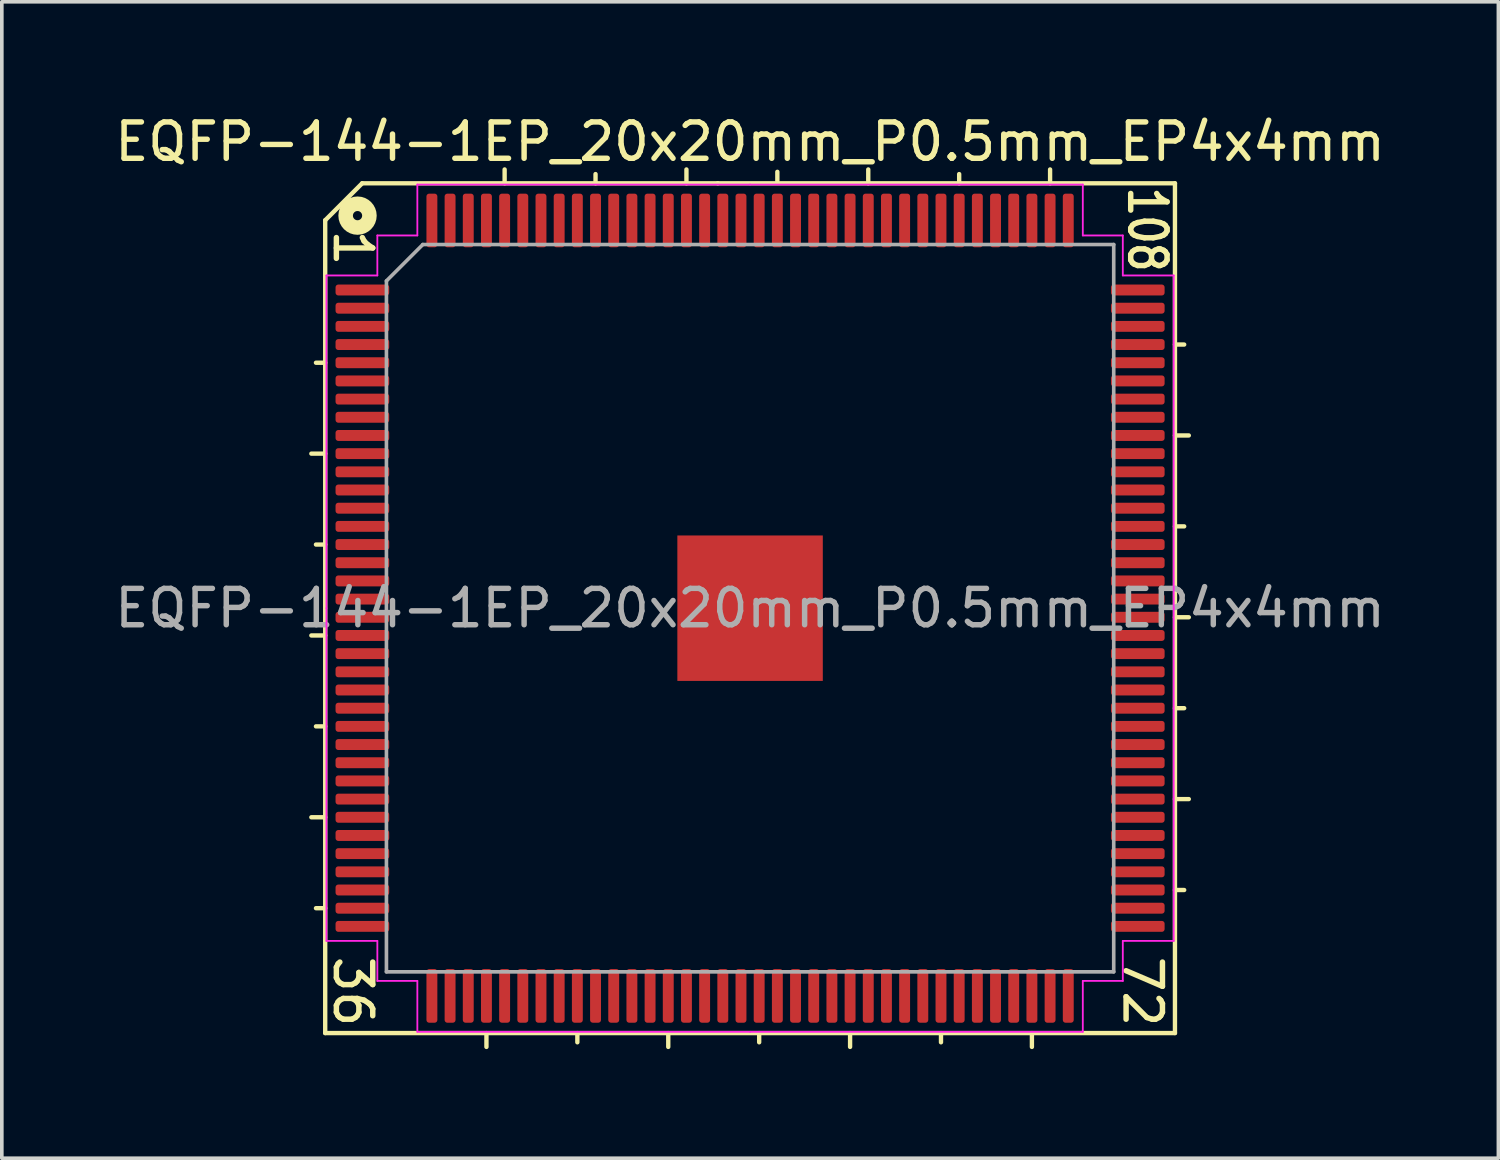
<source format=kicad_pcb>
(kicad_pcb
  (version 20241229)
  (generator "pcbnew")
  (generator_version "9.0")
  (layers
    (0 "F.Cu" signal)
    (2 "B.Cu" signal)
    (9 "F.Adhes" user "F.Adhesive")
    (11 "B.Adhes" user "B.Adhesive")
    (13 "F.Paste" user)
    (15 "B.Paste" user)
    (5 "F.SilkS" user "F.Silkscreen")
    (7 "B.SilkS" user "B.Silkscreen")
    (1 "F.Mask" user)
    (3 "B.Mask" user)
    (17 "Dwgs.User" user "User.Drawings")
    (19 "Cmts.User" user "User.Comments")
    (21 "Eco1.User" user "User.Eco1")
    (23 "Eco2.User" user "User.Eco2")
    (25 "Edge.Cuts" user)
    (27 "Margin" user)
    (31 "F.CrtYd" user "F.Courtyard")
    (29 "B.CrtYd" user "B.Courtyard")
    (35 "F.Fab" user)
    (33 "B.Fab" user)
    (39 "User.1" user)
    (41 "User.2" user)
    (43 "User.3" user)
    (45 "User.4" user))
  (footprint "EQFP-144-1EP_20x20mm_P0.5mm_EP4x4mm"
    (layer "F.Cu")
    (at 17.577 13.675)
    (property "Reference" "EQFP-144-1EP_20x20mm_P0.5mm_EP4x4mm" (at 0 -12.827 0) (layer "F.SilkS") (effects (font (size 1 1) (thickness 0.15))))
    (attr smd)
    (fp_line (start -11.684 -10.668) (end -11.684 11.684) (stroke (width 0.12) (type solid)) (layer "F.SilkS"))
    (fp_line (start -11.684 -6.75) (end -11.938 -6.75) (stroke (width 0.12) (type solid)) (layer "F.SilkS"))
    (fp_line (start -11.684 -4.25) (end -12.065 -4.25) (stroke (width 0.12) (type solid)) (layer "F.SilkS"))
    (fp_line (start -11.684 -1.75) (end -11.938 -1.75) (stroke (width 0.12) (type solid)) (layer "F.SilkS"))
    (fp_line (start -11.684 0.75) (end -12.065 0.75) (stroke (width 0.12) (type solid)) (layer "F.SilkS"))
    (fp_line (start -11.684 3.25) (end -11.938 3.25) (stroke (width 0.12) (type solid)) (layer "F.SilkS"))
    (fp_line (start -11.684 5.75) (end -12.065 5.75) (stroke (width 0.12) (type solid)) (layer "F.SilkS"))
    (fp_line (start -11.684 8.25) (end -11.938 8.25) (stroke (width 0.12) (type solid)) (layer "F.SilkS"))
    (fp_line (start -11.684 11.684) (end 11.684 11.684) (stroke (width 0.12) (type solid)) (layer "F.SilkS"))
    (fp_line (start -10.668 -11.684) (end -11.684 -10.668) (stroke (width 0.12) (type solid)) (layer "F.SilkS"))
    (fp_line (start -7.25 11.684) (end -7.25 12.065) (stroke (width 0.12) (type solid)) (layer "F.SilkS"))
    (fp_line (start -6.75 -11.684) (end -6.75 -12.065) (stroke (width 0.12) (type solid)) (layer "F.SilkS"))
    (fp_line (start -4.75 11.684) (end -4.75 11.938) (stroke (width 0.12) (type solid)) (layer "F.SilkS"))
    (fp_line (start -4.25 -11.684) (end -4.25 -11.938) (stroke (width 0.12) (type solid)) (layer "F.SilkS"))
    (fp_line (start -2.25 11.684) (end -2.25 12.065) (stroke (width 0.12) (type solid)) (layer "F.SilkS"))
    (fp_line (start -1.75 -11.684) (end -1.75 -12.065) (stroke (width 0.12) (type solid)) (layer "F.SilkS"))
    (fp_line (start -0.889 -11.684) (end -10.668 -11.684) (stroke (width 0.12) (type solid)) (layer "F.SilkS"))
    (fp_line (start 0.25 11.684) (end 0.25 11.938) (stroke (width 0.12) (type solid)) (layer "F.SilkS"))
    (fp_line (start 0.75 -11.75) (end 0.75 -12) (stroke (width 0.12) (type solid)) (layer "F.SilkS"))
    (fp_line (start 2.75 11.684) (end 2.75 12.065) (stroke (width 0.12) (type solid)) (layer "F.SilkS"))
    (fp_line (start 3.25 -11.684) (end 3.25 -12.065) (stroke (width 0.12) (type solid)) (layer "F.SilkS"))
    (fp_line (start 5.25 11.684) (end 5.25 11.938) (stroke (width 0.12) (type solid)) (layer "F.SilkS"))
    (fp_line (start 5.75 -11.684) (end 5.75 -11.938) (stroke (width 0.12) (type solid)) (layer "F.SilkS"))
    (fp_line (start 7.75 11.684) (end 7.75 12.065) (stroke (width 0.12) (type solid)) (layer "F.SilkS"))
    (fp_line (start 8.25 -11.684) (end 8.25 -12.065) (stroke (width 0.12) (type solid)) (layer "F.SilkS"))
    (fp_line (start 11.684 -11.684) (end -0.889 -11.684) (stroke (width 0.12) (type solid)) (layer "F.SilkS"))
    (fp_line (start 11.684 -7.25) (end 11.938 -7.25) (stroke (width 0.12) (type solid)) (layer "F.SilkS"))
    (fp_line (start 11.684 -4.75) (end 12.065 -4.75) (stroke (width 0.12) (type solid)) (layer "F.SilkS"))
    (fp_line (start 11.684 -2.25) (end 11.938 -2.25) (stroke (width 0.12) (type solid)) (layer "F.SilkS"))
    (fp_line (start 11.684 0.25) (end 12.065 0.25) (stroke (width 0.12) (type solid)) (layer "F.SilkS"))
    (fp_line (start 11.684 2.75) (end 11.938 2.75) (stroke (width 0.12) (type solid)) (layer "F.SilkS"))
    (fp_line (start 11.684 5.25) (end 12.065 5.25) (stroke (width 0.12) (type solid)) (layer "F.SilkS"))
    (fp_line (start 11.684 7.75) (end 11.938 7.75) (stroke (width 0.12) (type solid)) (layer "F.SilkS"))
    (fp_line (start 11.684 11.684) (end 11.684 -11.684) (stroke (width 0.12) (type solid)) (layer "F.SilkS"))
    (fp_circle (center -10.795 -10.795) (end -10.668 -10.795) (stroke (width 0.4) (type solid)) (fill no) (layer "F.SilkS"))
    (fp_line (start -11.65 -9.15) (end -11.65 0) (stroke (width 0.05) (type solid)) (layer "F.CrtYd"))
    (fp_line (start -11.65 9.15) (end -11.65 0) (stroke (width 0.05) (type solid)) (layer "F.CrtYd"))
    (fp_line (start -10.25 -10.25) (end -10.25 -9.15) (stroke (width 0.05) (type solid)) (layer "F.CrtYd"))
    (fp_line (start -10.25 -9.15) (end -11.65 -9.15) (stroke (width 0.05) (type solid)) (layer "F.CrtYd"))
    (fp_line (start -10.25 9.15) (end -11.65 9.15) (stroke (width 0.05) (type solid)) (layer "F.CrtYd"))
    (fp_line (start -10.25 10.25) (end -10.25 9.15) (stroke (width 0.05) (type solid)) (layer "F.CrtYd"))
    (fp_line (start -9.15 -11.65) (end -9.15 -10.25) (stroke (width 0.05) (type solid)) (layer "F.CrtYd"))
    (fp_line (start -9.15 -10.25) (end -10.25 -10.25) (stroke (width 0.05) (type solid)) (layer "F.CrtYd"))
    (fp_line (start -9.15 10.25) (end -10.25 10.25) (stroke (width 0.05) (type solid)) (layer "F.CrtYd"))
    (fp_line (start -9.15 11.65) (end -9.15 10.25) (stroke (width 0.05) (type solid)) (layer "F.CrtYd"))
    (fp_line (start 0 -11.65) (end -9.15 -11.65) (stroke (width 0.05) (type solid)) (layer "F.CrtYd"))
    (fp_line (start 0 -11.65) (end 9.15 -11.65) (stroke (width 0.05) (type solid)) (layer "F.CrtYd"))
    (fp_line (start 0 11.65) (end -9.15 11.65) (stroke (width 0.05) (type solid)) (layer "F.CrtYd"))
    (fp_line (start 0 11.65) (end 9.15 11.65) (stroke (width 0.05) (type solid)) (layer "F.CrtYd"))
    (fp_line (start 9.15 -11.65) (end 9.15 -10.25) (stroke (width 0.05) (type solid)) (layer "F.CrtYd"))
    (fp_line (start 9.15 -10.25) (end 10.25 -10.25) (stroke (width 0.05) (type solid)) (layer "F.CrtYd"))
    (fp_line (start 9.15 10.25) (end 10.25 10.25) (stroke (width 0.05) (type solid)) (layer "F.CrtYd"))
    (fp_line (start 9.15 11.65) (end 9.15 10.25) (stroke (width 0.05) (type solid)) (layer "F.CrtYd"))
    (fp_line (start 10.25 -10.25) (end 10.25 -9.15) (stroke (width 0.05) (type solid)) (layer "F.CrtYd"))
    (fp_line (start 10.25 -9.15) (end 11.65 -9.15) (stroke (width 0.05) (type solid)) (layer "F.CrtYd"))
    (fp_line (start 10.25 9.15) (end 11.65 9.15) (stroke (width 0.05) (type solid)) (layer "F.CrtYd"))
    (fp_line (start 10.25 10.25) (end 10.25 9.15) (stroke (width 0.05) (type solid)) (layer "F.CrtYd"))
    (fp_line (start 11.65 -9.15) (end 11.65 0) (stroke (width 0.05) (type solid)) (layer "F.CrtYd"))
    (fp_line (start 11.65 9.15) (end 11.65 0) (stroke (width 0.05) (type solid)) (layer "F.CrtYd"))
    (fp_line (start -10 -9) (end -9 -10) (stroke (width 0.1) (type solid)) (layer "F.Fab"))
    (fp_line (start -10 10) (end -10 -9) (stroke (width 0.1) (type solid)) (layer "F.Fab"))
    (fp_line (start -9 -10) (end 10 -10) (stroke (width 0.1) (type solid)) (layer "F.Fab"))
    (fp_line (start 10 -10) (end 10 10) (stroke (width 0.1) (type solid)) (layer "F.Fab"))
    (fp_line (start 10 10) (end -10 10) (stroke (width 0.1) (type solid)) (layer "F.Fab"))
    (fp_text user "1" (at -10.922 -9.906 270) (unlocked yes) (layer "F.SilkS") (effects (font (size 1 1) (thickness 0.15))))
    (fp_text user "108" (at 10.922 -10.414 270) (unlocked yes) (layer "F.SilkS") (effects (font (size 1 0.8) (thickness 0.15))))
    (fp_text user "36" (at -10.922 10.541 270) (unlocked yes) (layer "F.SilkS") (effects (font (size 1 1) (thickness 0.15))))
    (fp_text user "72" (at 10.795 10.541 270) (unlocked yes) (layer "F.SilkS") (effects (font (size 1 1) (thickness 0.15))))
    (fp_text user "${REFERENCE}" (at 0 0 0) (layer "F.Fab") (effects (font (size 1 1) (thickness 0.15))))
    (pad "" smd roundrect (at -1.33 -1.33) (size 1.07 1.07) (layers "F.Paste") (roundrect_rratio 0.234))
    (pad "" smd roundrect (at -1.33 0) (size 1.07 1.07) (layers "F.Paste") (roundrect_rratio 0.234))
    (pad "" smd roundrect (at -1.33 1.33) (size 1.07 1.07) (layers "F.Paste") (roundrect_rratio 0.234))
    (pad "" smd roundrect (at 0 -1.33) (size 1.07 1.07) (layers "F.Paste") (roundrect_rratio 0.234))
    (pad "" smd roundrect (at 0 0) (size 1.07 1.07) (layers "F.Paste") (roundrect_rratio 0.234))
    (pad "" smd roundrect (at 0 1.33) (size 1.07 1.07) (layers "F.Paste") (roundrect_rratio 0.234))
    (pad "" smd roundrect (at 1.33 -1.33) (size 1.07 1.07) (layers "F.Paste") (roundrect_rratio 0.234))
    (pad "" smd roundrect (at 1.33 0) (size 1.07 1.07) (layers "F.Paste") (roundrect_rratio 0.234))
    (pad "" smd roundrect (at 1.33 1.33) (size 1.07 1.07) (layers "F.Paste") (roundrect_rratio 0.234))
    (pad "1" smd roundrect (at -10.662 -8.75) (size 1.475 0.3) (layers "F.Cu" "F.Mask" "F.Paste") (roundrect_rratio 0.25))
    (pad "2" smd roundrect (at -10.662 -8.25) (size 1.475 0.3) (layers "F.Cu" "F.Mask" "F.Paste") (roundrect_rratio 0.25))
    (pad "3" smd roundrect (at -10.662 -7.75) (size 1.475 0.3) (layers "F.Cu" "F.Mask" "F.Paste") (roundrect_rratio 0.25))
    (pad "4" smd roundrect (at -10.662 -7.25) (size 1.475 0.3) (layers "F.Cu" "F.Mask" "F.Paste") (roundrect_rratio 0.25))
    (pad "5" smd roundrect (at -10.662 -6.75) (size 1.475 0.3) (layers "F.Cu" "F.Mask" "F.Paste") (roundrect_rratio 0.25))
    (pad "6" smd roundrect (at -10.662 -6.25) (size 1.475 0.3) (layers "F.Cu" "F.Mask" "F.Paste") (roundrect_rratio 0.25))
    (pad "7" smd roundrect (at -10.662 -5.75) (size 1.475 0.3) (layers "F.Cu" "F.Mask" "F.Paste") (roundrect_rratio 0.25))
    (pad "8" smd roundrect (at -10.662 -5.25) (size 1.475 0.3) (layers "F.Cu" "F.Mask" "F.Paste") (roundrect_rratio 0.25))
    (pad "9" smd roundrect (at -10.662 -4.75) (size 1.475 0.3) (layers "F.Cu" "F.Mask" "F.Paste") (roundrect_rratio 0.25))
    (pad "10" smd roundrect (at -10.662 -4.25) (size 1.475 0.3) (layers "F.Cu" "F.Mask" "F.Paste") (roundrect_rratio 0.25))
    (pad "11" smd roundrect (at -10.662 -3.75) (size 1.475 0.3) (layers "F.Cu" "F.Mask" "F.Paste") (roundrect_rratio 0.25))
    (pad "12" smd roundrect (at -10.662 -3.25) (size 1.475 0.3) (layers "F.Cu" "F.Mask" "F.Paste") (roundrect_rratio 0.25))
    (pad "13" smd roundrect (at -10.662 -2.75) (size 1.475 0.3) (layers "F.Cu" "F.Mask" "F.Paste") (roundrect_rratio 0.25))
    (pad "14" smd roundrect (at -10.662 -2.25) (size 1.475 0.3) (layers "F.Cu" "F.Mask" "F.Paste") (roundrect_rratio 0.25))
    (pad "15" smd roundrect (at -10.662 -1.75) (size 1.475 0.3) (layers "F.Cu" "F.Mask" "F.Paste") (roundrect_rratio 0.25))
    (pad "16" smd roundrect (at -10.662 -1.25) (size 1.475 0.3) (layers "F.Cu" "F.Mask" "F.Paste") (roundrect_rratio 0.25))
    (pad "17" smd roundrect (at -10.662 -0.75) (size 1.475 0.3) (layers "F.Cu" "F.Mask" "F.Paste") (roundrect_rratio 0.25))
    (pad "18" smd roundrect (at -10.662 -0.25) (size 1.475 0.3) (layers "F.Cu" "F.Mask" "F.Paste") (roundrect_rratio 0.25))
    (pad "19" smd roundrect (at -10.662 0.25) (size 1.475 0.3) (layers "F.Cu" "F.Mask" "F.Paste") (roundrect_rratio 0.25))
    (pad "20" smd roundrect (at -10.662 0.75) (size 1.475 0.3) (layers "F.Cu" "F.Mask" "F.Paste") (roundrect_rratio 0.25))
    (pad "21" smd roundrect (at -10.662 1.25) (size 1.475 0.3) (layers "F.Cu" "F.Mask" "F.Paste") (roundrect_rratio 0.25))
    (pad "22" smd roundrect (at -10.662 1.75) (size 1.475 0.3) (layers "F.Cu" "F.Mask" "F.Paste") (roundrect_rratio 0.25))
    (pad "23" smd roundrect (at -10.662 2.25) (size 1.475 0.3) (layers "F.Cu" "F.Mask" "F.Paste") (roundrect_rratio 0.25))
    (pad "24" smd roundrect (at -10.662 2.75) (size 1.475 0.3) (layers "F.Cu" "F.Mask" "F.Paste") (roundrect_rratio 0.25))
    (pad "25" smd roundrect (at -10.662 3.25) (size 1.475 0.3) (layers "F.Cu" "F.Mask" "F.Paste") (roundrect_rratio 0.25))
    (pad "26" smd roundrect (at -10.662 3.75) (size 1.475 0.3) (layers "F.Cu" "F.Mask" "F.Paste") (roundrect_rratio 0.25))
    (pad "27" smd roundrect (at -10.662 4.25) (size 1.475 0.3) (layers "F.Cu" "F.Mask" "F.Paste") (roundrect_rratio 0.25))
    (pad "28" smd roundrect (at -10.662 4.75) (size 1.475 0.3) (layers "F.Cu" "F.Mask" "F.Paste") (roundrect_rratio 0.25))
    (pad "29" smd roundrect (at -10.662 5.25) (size 1.475 0.3) (layers "F.Cu" "F.Mask" "F.Paste") (roundrect_rratio 0.25))
    (pad "30" smd roundrect (at -10.662 5.75) (size 1.475 0.3) (layers "F.Cu" "F.Mask" "F.Paste") (roundrect_rratio 0.25))
    (pad "31" smd roundrect (at -10.662 6.25) (size 1.475 0.3) (layers "F.Cu" "F.Mask" "F.Paste") (roundrect_rratio 0.25))
    (pad "32" smd roundrect (at -10.662 6.75) (size 1.475 0.3) (layers "F.Cu" "F.Mask" "F.Paste") (roundrect_rratio 0.25))
    (pad "33" smd roundrect (at -10.662 7.25) (size 1.475 0.3) (layers "F.Cu" "F.Mask" "F.Paste") (roundrect_rratio 0.25))
    (pad "34" smd roundrect (at -10.662 7.75) (size 1.475 0.3) (layers "F.Cu" "F.Mask" "F.Paste") (roundrect_rratio 0.25))
    (pad "35" smd roundrect (at -10.662 8.25) (size 1.475 0.3) (layers "F.Cu" "F.Mask" "F.Paste") (roundrect_rratio 0.25))
    (pad "36" smd roundrect (at -10.662 8.75) (size 1.475 0.3) (layers "F.Cu" "F.Mask" "F.Paste") (roundrect_rratio 0.25))
    (pad "37" smd roundrect (at -8.75 10.662) (size 0.3 1.475) (layers "F.Cu" "F.Mask" "F.Paste") (roundrect_rratio 0.25))
    (pad "38" smd roundrect (at -8.25 10.662) (size 0.3 1.475) (layers "F.Cu" "F.Mask" "F.Paste") (roundrect_rratio 0.25))
    (pad "39" smd roundrect (at -7.75 10.662) (size 0.3 1.475) (layers "F.Cu" "F.Mask" "F.Paste") (roundrect_rratio 0.25))
    (pad "40" smd roundrect (at -7.25 10.662) (size 0.3 1.475) (layers "F.Cu" "F.Mask" "F.Paste") (roundrect_rratio 0.25))
    (pad "41" smd roundrect (at -6.75 10.662) (size 0.3 1.475) (layers "F.Cu" "F.Mask" "F.Paste") (roundrect_rratio 0.25))
    (pad "42" smd roundrect (at -6.25 10.662) (size 0.3 1.475) (layers "F.Cu" "F.Mask" "F.Paste") (roundrect_rratio 0.25))
    (pad "43" smd roundrect (at -5.75 10.662) (size 0.3 1.475) (layers "F.Cu" "F.Mask" "F.Paste") (roundrect_rratio 0.25))
    (pad "44" smd roundrect (at -5.25 10.662) (size 0.3 1.475) (layers "F.Cu" "F.Mask" "F.Paste") (roundrect_rratio 0.25))
    (pad "45" smd roundrect (at -4.75 10.662) (size 0.3 1.475) (layers "F.Cu" "F.Mask" "F.Paste") (roundrect_rratio 0.25))
    (pad "46" smd roundrect (at -4.25 10.662) (size 0.3 1.475) (layers "F.Cu" "F.Mask" "F.Paste") (roundrect_rratio 0.25))
    (pad "47" smd roundrect (at -3.75 10.662) (size 0.3 1.475) (layers "F.Cu" "F.Mask" "F.Paste") (roundrect_rratio 0.25))
    (pad "48" smd roundrect (at -3.25 10.662) (size 0.3 1.475) (layers "F.Cu" "F.Mask" "F.Paste") (roundrect_rratio 0.25))
    (pad "49" smd roundrect (at -2.75 10.662) (size 0.3 1.475) (layers "F.Cu" "F.Mask" "F.Paste") (roundrect_rratio 0.25))
    (pad "50" smd roundrect (at -2.25 10.662) (size 0.3 1.475) (layers "F.Cu" "F.Mask" "F.Paste") (roundrect_rratio 0.25))
    (pad "51" smd roundrect (at -1.75 10.662) (size 0.3 1.475) (layers "F.Cu" "F.Mask" "F.Paste") (roundrect_rratio 0.25))
    (pad "52" smd roundrect (at -1.25 10.662) (size 0.3 1.475) (layers "F.Cu" "F.Mask" "F.Paste") (roundrect_rratio 0.25))
    (pad "53" smd roundrect (at -0.75 10.662) (size 0.3 1.475) (layers "F.Cu" "F.Mask" "F.Paste") (roundrect_rratio 0.25))
    (pad "54" smd roundrect (at -0.25 10.662) (size 0.3 1.475) (layers "F.Cu" "F.Mask" "F.Paste") (roundrect_rratio 0.25))
    (pad "55" smd roundrect (at 0.25 10.662) (size 0.3 1.475) (layers "F.Cu" "F.Mask" "F.Paste") (roundrect_rratio 0.25))
    (pad "56" smd roundrect (at 0.75 10.662) (size 0.3 1.475) (layers "F.Cu" "F.Mask" "F.Paste") (roundrect_rratio 0.25))
    (pad "57" smd roundrect (at 1.25 10.662) (size 0.3 1.475) (layers "F.Cu" "F.Mask" "F.Paste") (roundrect_rratio 0.25))
    (pad "58" smd roundrect (at 1.75 10.662) (size 0.3 1.475) (layers "F.Cu" "F.Mask" "F.Paste") (roundrect_rratio 0.25))
    (pad "59" smd roundrect (at 2.25 10.662) (size 0.3 1.475) (layers "F.Cu" "F.Mask" "F.Paste") (roundrect_rratio 0.25))
    (pad "60" smd roundrect (at 2.75 10.662) (size 0.3 1.475) (layers "F.Cu" "F.Mask" "F.Paste") (roundrect_rratio 0.25))
    (pad "61" smd roundrect (at 3.25 10.662) (size 0.3 1.475) (layers "F.Cu" "F.Mask" "F.Paste") (roundrect_rratio 0.25))
    (pad "62" smd roundrect (at 3.75 10.662) (size 0.3 1.475) (layers "F.Cu" "F.Mask" "F.Paste") (roundrect_rratio 0.25))
    (pad "63" smd roundrect (at 4.25 10.662) (size 0.3 1.475) (layers "F.Cu" "F.Mask" "F.Paste") (roundrect_rratio 0.25))
    (pad "64" smd roundrect (at 4.75 10.662) (size 0.3 1.475) (layers "F.Cu" "F.Mask" "F.Paste") (roundrect_rratio 0.25))
    (pad "65" smd roundrect (at 5.25 10.662) (size 0.3 1.475) (layers "F.Cu" "F.Mask" "F.Paste") (roundrect_rratio 0.25))
    (pad "66" smd roundrect (at 5.75 10.662) (size 0.3 1.475) (layers "F.Cu" "F.Mask" "F.Paste") (roundrect_rratio 0.25))
    (pad "67" smd roundrect (at 6.25 10.662) (size 0.3 1.475) (layers "F.Cu" "F.Mask" "F.Paste") (roundrect_rratio 0.25))
    (pad "68" smd roundrect (at 6.75 10.662) (size 0.3 1.475) (layers "F.Cu" "F.Mask" "F.Paste") (roundrect_rratio 0.25))
    (pad "69" smd roundrect (at 7.25 10.662) (size 0.3 1.475) (layers "F.Cu" "F.Mask" "F.Paste") (roundrect_rratio 0.25))
    (pad "70" smd roundrect (at 7.75 10.662) (size 0.3 1.475) (layers "F.Cu" "F.Mask" "F.Paste") (roundrect_rratio 0.25))
    (pad "71" smd roundrect (at 8.25 10.662) (size 0.3 1.475) (layers "F.Cu" "F.Mask" "F.Paste") (roundrect_rratio 0.25))
    (pad "72" smd roundrect (at 8.75 10.662) (size 0.3 1.475) (layers "F.Cu" "F.Mask" "F.Paste") (roundrect_rratio 0.25))
    (pad "73" smd roundrect (at 10.662 8.75) (size 1.475 0.3) (layers "F.Cu" "F.Mask" "F.Paste") (roundrect_rratio 0.25))
    (pad "74" smd roundrect (at 10.662 8.25) (size 1.475 0.3) (layers "F.Cu" "F.Mask" "F.Paste") (roundrect_rratio 0.25))
    (pad "75" smd roundrect (at 10.662 7.75) (size 1.475 0.3) (layers "F.Cu" "F.Mask" "F.Paste") (roundrect_rratio 0.25))
    (pad "76" smd roundrect (at 10.662 7.25) (size 1.475 0.3) (layers "F.Cu" "F.Mask" "F.Paste") (roundrect_rratio 0.25))
    (pad "77" smd roundrect (at 10.662 6.75) (size 1.475 0.3) (layers "F.Cu" "F.Mask" "F.Paste") (roundrect_rratio 0.25))
    (pad "78" smd roundrect (at 10.662 6.25) (size 1.475 0.3) (layers "F.Cu" "F.Mask" "F.Paste") (roundrect_rratio 0.25))
    (pad "79" smd roundrect (at 10.662 5.75) (size 1.475 0.3) (layers "F.Cu" "F.Mask" "F.Paste") (roundrect_rratio 0.25))
    (pad "80" smd roundrect (at 10.662 5.25) (size 1.475 0.3) (layers "F.Cu" "F.Mask" "F.Paste") (roundrect_rratio 0.25))
    (pad "81" smd roundrect (at 10.662 4.75) (size 1.475 0.3) (layers "F.Cu" "F.Mask" "F.Paste") (roundrect_rratio 0.25))
    (pad "82" smd roundrect (at 10.662 4.25) (size 1.475 0.3) (layers "F.Cu" "F.Mask" "F.Paste") (roundrect_rratio 0.25))
    (pad "83" smd roundrect (at 10.662 3.75) (size 1.475 0.3) (layers "F.Cu" "F.Mask" "F.Paste") (roundrect_rratio 0.25))
    (pad "84" smd roundrect (at 10.662 3.25) (size 1.475 0.3) (layers "F.Cu" "F.Mask" "F.Paste") (roundrect_rratio 0.25))
    (pad "85" smd roundrect (at 10.662 2.75) (size 1.475 0.3) (layers "F.Cu" "F.Mask" "F.Paste") (roundrect_rratio 0.25))
    (pad "86" smd roundrect (at 10.662 2.25) (size 1.475 0.3) (layers "F.Cu" "F.Mask" "F.Paste") (roundrect_rratio 0.25))
    (pad "87" smd roundrect (at 10.662 1.75) (size 1.475 0.3) (layers "F.Cu" "F.Mask" "F.Paste") (roundrect_rratio 0.25))
    (pad "88" smd roundrect (at 10.662 1.25) (size 1.475 0.3) (layers "F.Cu" "F.Mask" "F.Paste") (roundrect_rratio 0.25))
    (pad "89" smd roundrect (at 10.662 0.75) (size 1.475 0.3) (layers "F.Cu" "F.Mask" "F.Paste") (roundrect_rratio 0.25))
    (pad "90" smd roundrect (at 10.662 0.25) (size 1.475 0.3) (layers "F.Cu" "F.Mask" "F.Paste") (roundrect_rratio 0.25))
    (pad "91" smd roundrect (at 10.662 -0.25) (size 1.475 0.3) (layers "F.Cu" "F.Mask" "F.Paste") (roundrect_rratio 0.25))
    (pad "92" smd roundrect (at 10.662 -0.75) (size 1.475 0.3) (layers "F.Cu" "F.Mask" "F.Paste") (roundrect_rratio 0.25))
    (pad "93" smd roundrect (at 10.662 -1.25) (size 1.475 0.3) (layers "F.Cu" "F.Mask" "F.Paste") (roundrect_rratio 0.25))
    (pad "94" smd roundrect (at 10.662 -1.75) (size 1.475 0.3) (layers "F.Cu" "F.Mask" "F.Paste") (roundrect_rratio 0.25))
    (pad "95" smd roundrect (at 10.662 -2.25) (size 1.475 0.3) (layers "F.Cu" "F.Mask" "F.Paste") (roundrect_rratio 0.25))
    (pad "96" smd roundrect (at 10.662 -2.75) (size 1.475 0.3) (layers "F.Cu" "F.Mask" "F.Paste") (roundrect_rratio 0.25))
    (pad "97" smd roundrect (at 10.662 -3.25) (size 1.475 0.3) (layers "F.Cu" "F.Mask" "F.Paste") (roundrect_rratio 0.25))
    (pad "98" smd roundrect (at 10.662 -3.75) (size 1.475 0.3) (layers "F.Cu" "F.Mask" "F.Paste") (roundrect_rratio 0.25))
    (pad "99" smd roundrect (at 10.662 -4.25) (size 1.475 0.3) (layers "F.Cu" "F.Mask" "F.Paste") (roundrect_rratio 0.25))
    (pad "100" smd roundrect (at 10.662 -4.75) (size 1.475 0.3) (layers "F.Cu" "F.Mask" "F.Paste") (roundrect_rratio 0.25))
    (pad "101" smd roundrect (at 10.662 -5.25) (size 1.475 0.3) (layers "F.Cu" "F.Mask" "F.Paste") (roundrect_rratio 0.25))
    (pad "102" smd roundrect (at 10.662 -5.75) (size 1.475 0.3) (layers "F.Cu" "F.Mask" "F.Paste") (roundrect_rratio 0.25))
    (pad "103" smd roundrect (at 10.662 -6.25) (size 1.475 0.3) (layers "F.Cu" "F.Mask" "F.Paste") (roundrect_rratio 0.25))
    (pad "104" smd roundrect (at 10.662 -6.75) (size 1.475 0.3) (layers "F.Cu" "F.Mask" "F.Paste") (roundrect_rratio 0.25))
    (pad "105" smd roundrect (at 10.662 -7.25) (size 1.475 0.3) (layers "F.Cu" "F.Mask" "F.Paste") (roundrect_rratio 0.25))
    (pad "106" smd roundrect (at 10.662 -7.75) (size 1.475 0.3) (layers "F.Cu" "F.Mask" "F.Paste") (roundrect_rratio 0.25))
    (pad "107" smd roundrect (at 10.662 -8.25) (size 1.475 0.3) (layers "F.Cu" "F.Mask" "F.Paste") (roundrect_rratio 0.25))
    (pad "108" smd roundrect (at 10.662 -8.75) (size 1.475 0.3) (layers "F.Cu" "F.Mask" "F.Paste") (roundrect_rratio 0.25))
    (pad "109" smd roundrect (at 8.75 -10.662) (size 0.3 1.475) (layers "F.Cu" "F.Mask" "F.Paste") (roundrect_rratio 0.25))
    (pad "110" smd roundrect (at 8.25 -10.662) (size 0.3 1.475) (layers "F.Cu" "F.Mask" "F.Paste") (roundrect_rratio 0.25))
    (pad "111" smd roundrect (at 7.75 -10.662) (size 0.3 1.475) (layers "F.Cu" "F.Mask" "F.Paste") (roundrect_rratio 0.25))
    (pad "112" smd roundrect (at 7.25 -10.662) (size 0.3 1.475) (layers "F.Cu" "F.Mask" "F.Paste") (roundrect_rratio 0.25))
    (pad "113" smd roundrect (at 6.75 -10.662) (size 0.3 1.475) (layers "F.Cu" "F.Mask" "F.Paste") (roundrect_rratio 0.25))
    (pad "114" smd roundrect (at 6.25 -10.662) (size 0.3 1.475) (layers "F.Cu" "F.Mask" "F.Paste") (roundrect_rratio 0.25))
    (pad "115" smd roundrect (at 5.75 -10.662) (size 0.3 1.475) (layers "F.Cu" "F.Mask" "F.Paste") (roundrect_rratio 0.25))
    (pad "116" smd roundrect (at 5.25 -10.662) (size 0.3 1.475) (layers "F.Cu" "F.Mask" "F.Paste") (roundrect_rratio 0.25))
    (pad "117" smd roundrect (at 4.75 -10.662) (size 0.3 1.475) (layers "F.Cu" "F.Mask" "F.Paste") (roundrect_rratio 0.25))
    (pad "118" smd roundrect (at 4.25 -10.662) (size 0.3 1.475) (layers "F.Cu" "F.Mask" "F.Paste") (roundrect_rratio 0.25))
    (pad "119" smd roundrect (at 3.75 -10.662) (size 0.3 1.475) (layers "F.Cu" "F.Mask" "F.Paste") (roundrect_rratio 0.25))
    (pad "120" smd roundrect (at 3.25 -10.662) (size 0.3 1.475) (layers "F.Cu" "F.Mask" "F.Paste") (roundrect_rratio 0.25))
    (pad "121" smd roundrect (at 2.75 -10.662) (size 0.3 1.475) (layers "F.Cu" "F.Mask" "F.Paste") (roundrect_rratio 0.25))
    (pad "122" smd roundrect (at 2.25 -10.662) (size 0.3 1.475) (layers "F.Cu" "F.Mask" "F.Paste") (roundrect_rratio 0.25))
    (pad "123" smd roundrect (at 1.75 -10.662) (size 0.3 1.475) (layers "F.Cu" "F.Mask" "F.Paste") (roundrect_rratio 0.25))
    (pad "124" smd roundrect (at 1.25 -10.662) (size 0.3 1.475) (layers "F.Cu" "F.Mask" "F.Paste") (roundrect_rratio 0.25))
    (pad "125" smd roundrect (at 0.75 -10.662) (size 0.3 1.475) (layers "F.Cu" "F.Mask" "F.Paste") (roundrect_rratio 0.25))
    (pad "126" smd roundrect (at 0.25 -10.662) (size 0.3 1.475) (layers "F.Cu" "F.Mask" "F.Paste") (roundrect_rratio 0.25))
    (pad "127" smd roundrect (at -0.25 -10.662) (size 0.3 1.475) (layers "F.Cu" "F.Mask" "F.Paste") (roundrect_rratio 0.25))
    (pad "128" smd roundrect (at -0.75 -10.662) (size 0.3 1.475) (layers "F.Cu" "F.Mask" "F.Paste") (roundrect_rratio 0.25))
    (pad "129" smd roundrect (at -1.25 -10.662) (size 0.3 1.475) (layers "F.Cu" "F.Mask" "F.Paste") (roundrect_rratio 0.25))
    (pad "130" smd roundrect (at -1.75 -10.662) (size 0.3 1.475) (layers "F.Cu" "F.Mask" "F.Paste") (roundrect_rratio 0.25))
    (pad "131" smd roundrect (at -2.25 -10.662) (size 0.3 1.475) (layers "F.Cu" "F.Mask" "F.Paste") (roundrect_rratio 0.25))
    (pad "132" smd roundrect (at -2.75 -10.662) (size 0.3 1.475) (layers "F.Cu" "F.Mask" "F.Paste") (roundrect_rratio 0.25))
    (pad "133" smd roundrect (at -3.25 -10.662) (size 0.3 1.475) (layers "F.Cu" "F.Mask" "F.Paste") (roundrect_rratio 0.25))
    (pad "134" smd roundrect (at -3.75 -10.662) (size 0.3 1.475) (layers "F.Cu" "F.Mask" "F.Paste") (roundrect_rratio 0.25))
    (pad "135" smd roundrect (at -4.25 -10.662) (size 0.3 1.475) (layers "F.Cu" "F.Mask" "F.Paste") (roundrect_rratio 0.25))
    (pad "136" smd roundrect (at -4.75 -10.662) (size 0.3 1.475) (layers "F.Cu" "F.Mask" "F.Paste") (roundrect_rratio 0.25))
    (pad "137" smd roundrect (at -5.25 -10.662) (size 0.3 1.475) (layers "F.Cu" "F.Mask" "F.Paste") (roundrect_rratio 0.25))
    (pad "138" smd roundrect (at -5.75 -10.662) (size 0.3 1.475) (layers "F.Cu" "F.Mask" "F.Paste") (roundrect_rratio 0.25))
    (pad "139" smd roundrect (at -6.25 -10.662) (size 0.3 1.475) (layers "F.Cu" "F.Mask" "F.Paste") (roundrect_rratio 0.25))
    (pad "140" smd roundrect (at -6.75 -10.662) (size 0.3 1.475) (layers "F.Cu" "F.Mask" "F.Paste") (roundrect_rratio 0.25))
    (pad "141" smd roundrect (at -7.25 -10.662) (size 0.3 1.475) (layers "F.Cu" "F.Mask" "F.Paste") (roundrect_rratio 0.25))
    (pad "142" smd roundrect (at -7.75 -10.662) (size 0.3 1.475) (layers "F.Cu" "F.Mask" "F.Paste") (roundrect_rratio 0.25))
    (pad "143" smd roundrect (at -8.25 -10.662) (size 0.3 1.475) (layers "F.Cu" "F.Mask" "F.Paste") (roundrect_rratio 0.25))
    (pad "144" smd roundrect (at -8.75 -10.662) (size 0.3 1.475) (layers "F.Cu" "F.Mask" "F.Paste") (roundrect_rratio 0.25))
    (pad "145" smd rect (at 0 0) (size 4 4) (layers "F.Cu" "F.Mask")))
  (gr_rect
    (start -3 -3)
    (end 38.155 28.8)
    (stroke (width 0.1) (type default))
    (fill no)
    (layer "Edge.Cuts")))
</source>
